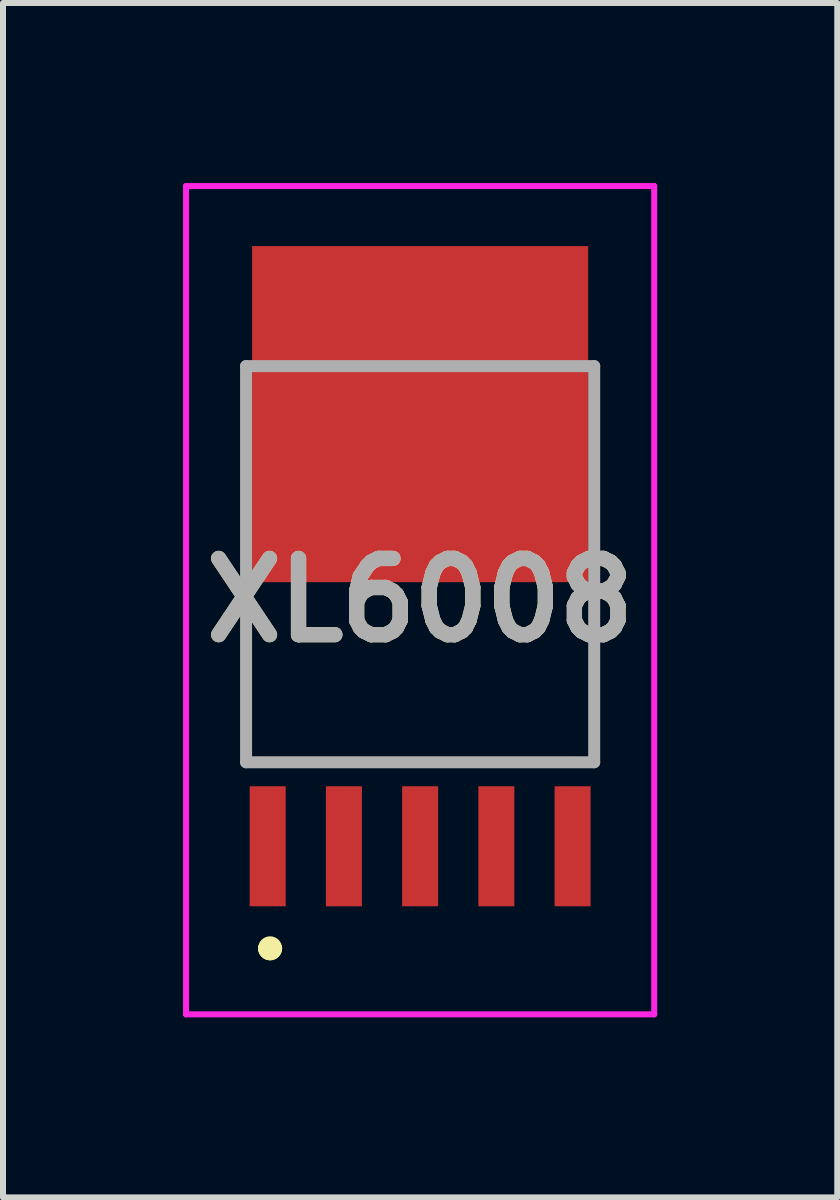
<source format=kicad_pcb>
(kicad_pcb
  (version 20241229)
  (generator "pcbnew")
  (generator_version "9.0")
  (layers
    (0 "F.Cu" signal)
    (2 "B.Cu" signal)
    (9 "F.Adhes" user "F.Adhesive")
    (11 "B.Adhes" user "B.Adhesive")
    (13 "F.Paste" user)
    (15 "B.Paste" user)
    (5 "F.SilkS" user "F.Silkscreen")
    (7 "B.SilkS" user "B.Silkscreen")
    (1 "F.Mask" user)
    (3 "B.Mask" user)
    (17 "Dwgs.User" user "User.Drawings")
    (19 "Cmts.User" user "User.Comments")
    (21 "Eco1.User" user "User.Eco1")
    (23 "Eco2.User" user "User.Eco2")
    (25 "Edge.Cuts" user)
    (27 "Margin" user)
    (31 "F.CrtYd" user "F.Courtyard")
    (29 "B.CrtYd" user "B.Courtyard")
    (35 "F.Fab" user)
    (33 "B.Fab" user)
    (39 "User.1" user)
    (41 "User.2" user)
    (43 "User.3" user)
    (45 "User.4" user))
  (footprint "XL6008"
    (layer "F.Cu")
    (at 3.95 11.05)
    (property "Reference" "XL6008" (at 0 -4.1 0) (layer "F.SilkS") (effects (font (size 1.27 1.27) (thickness 0.254))))
    (attr smd)
    (fp_line (start -2.9 -3.9) (end -2.9 -3.9) (stroke (width 0.1) (type solid)) (layer "F.SilkS"))
    (fp_line (start -2.9 -3.9) (end -2.9 -1.4) (stroke (width 0.1) (type solid)) (layer "F.SilkS"))
    (fp_line (start -2.9 -1.4) (end -2.9 -3.9) (stroke (width 0.1) (type solid)) (layer "F.SilkS"))
    (fp_line (start -2.9 -1.4) (end -2.9 -1.4) (stroke (width 0.1) (type solid)) (layer "F.SilkS"))
    (fp_line (start -2.6 1.7) (end -2.6 1.7) (stroke (width 0.2) (type solid)) (layer "F.SilkS"))
    (fp_line (start -2.6 1.7) (end -2.6 1.7) (stroke (width 0.2) (type solid)) (layer "F.SilkS"))
    (fp_line (start -2.4 1.7) (end -2.4 1.7) (stroke (width 0.2) (type solid)) (layer "F.SilkS"))
    (fp_line (start 2.9 -3.9) (end 2.9 -3.9) (stroke (width 0.1) (type solid)) (layer "F.SilkS"))
    (fp_line (start 2.9 -3.9) (end 2.9 -1.4) (stroke (width 0.1) (type solid)) (layer "F.SilkS"))
    (fp_line (start 2.9 -1.4) (end 2.9 -3.9) (stroke (width 0.1) (type solid)) (layer "F.SilkS"))
    (fp_line (start 2.9 -1.4) (end 2.9 -1.4) (stroke (width 0.1) (type solid)) (layer "F.SilkS"))
    (fp_arc (start -2.6 1.7) (mid -2.5 1.6) (end -2.4 1.7) (stroke (width 0.2) (type solid)) (layer "F.SilkS"))
    (fp_arc (start -2.4 1.7) (mid -2.5 1.8) (end -2.6 1.7) (stroke (width 0.2) (type solid)) (layer "F.SilkS"))
    (fp_arc (start -2.4 1.7) (mid -2.5 1.8) (end -2.6 1.7) (stroke (width 0.2) (type solid)) (layer "F.SilkS"))
    (fp_line (start -3.9 -11) (end 3.9 -11) (stroke (width 0.1) (type solid)) (layer "F.CrtYd"))
    (fp_line (start -3.9 2.8) (end -3.9 -11) (stroke (width 0.1) (type solid)) (layer "F.CrtYd"))
    (fp_line (start 3.9 -11) (end 3.9 2.8) (stroke (width 0.1) (type solid)) (layer "F.CrtYd"))
    (fp_line (start 3.9 2.8) (end -3.9 2.8) (stroke (width 0.1) (type solid)) (layer "F.CrtYd"))
    (fp_line (start -2.9 -8) (end -2.9 -1.4) (stroke (width 0.2) (type solid)) (layer "F.Fab"))
    (fp_line (start -2.9 -1.4) (end 2.9 -1.4) (stroke (width 0.2) (type solid)) (layer "F.Fab"))
    (fp_line (start 2.9 -8) (end -2.9 -8) (stroke (width 0.2) (type solid)) (layer "F.Fab"))
    (fp_line (start 2.9 -1.4) (end 2.9 -8) (stroke (width 0.2) (type solid)) (layer "F.Fab"))
    (fp_text user "${REFERENCE}" (at 0 -4.1 0) (layer "F.Fab") (effects (font (size 1.27 1.27) (thickness 0.254))))
    (pad "1" smd rect (at -2.54 0) (size 0.6 2) (layers "F.Cu" "F.Mask" "F.Paste"))
    (pad "2" smd rect (at -1.27 0) (size 0.6 2) (layers "F.Cu" "F.Mask" "F.Paste"))
    (pad "3" smd rect (at 0 0) (size 0.6 2) (layers "F.Cu" "F.Mask" "F.Paste"))
    (pad "4" smd rect (at 1.27 0) (size 0.6 2) (layers "F.Cu" "F.Mask" "F.Paste"))
    (pad "5" smd rect (at 2.54 0) (size 0.6 2) (layers "F.Cu" "F.Mask" "F.Paste"))
    (pad "6" smd rect (at 0 -7.2 90) (size 5.6 5.6) (layers "F.Cu" "F.Mask" "F.Paste")))
  (gr_rect
    (start -3 -3)
    (end 10.9 16.9)
    (stroke (width 0.1) (type default))
    (fill no)
    (layer "Edge.Cuts")))
</source>
